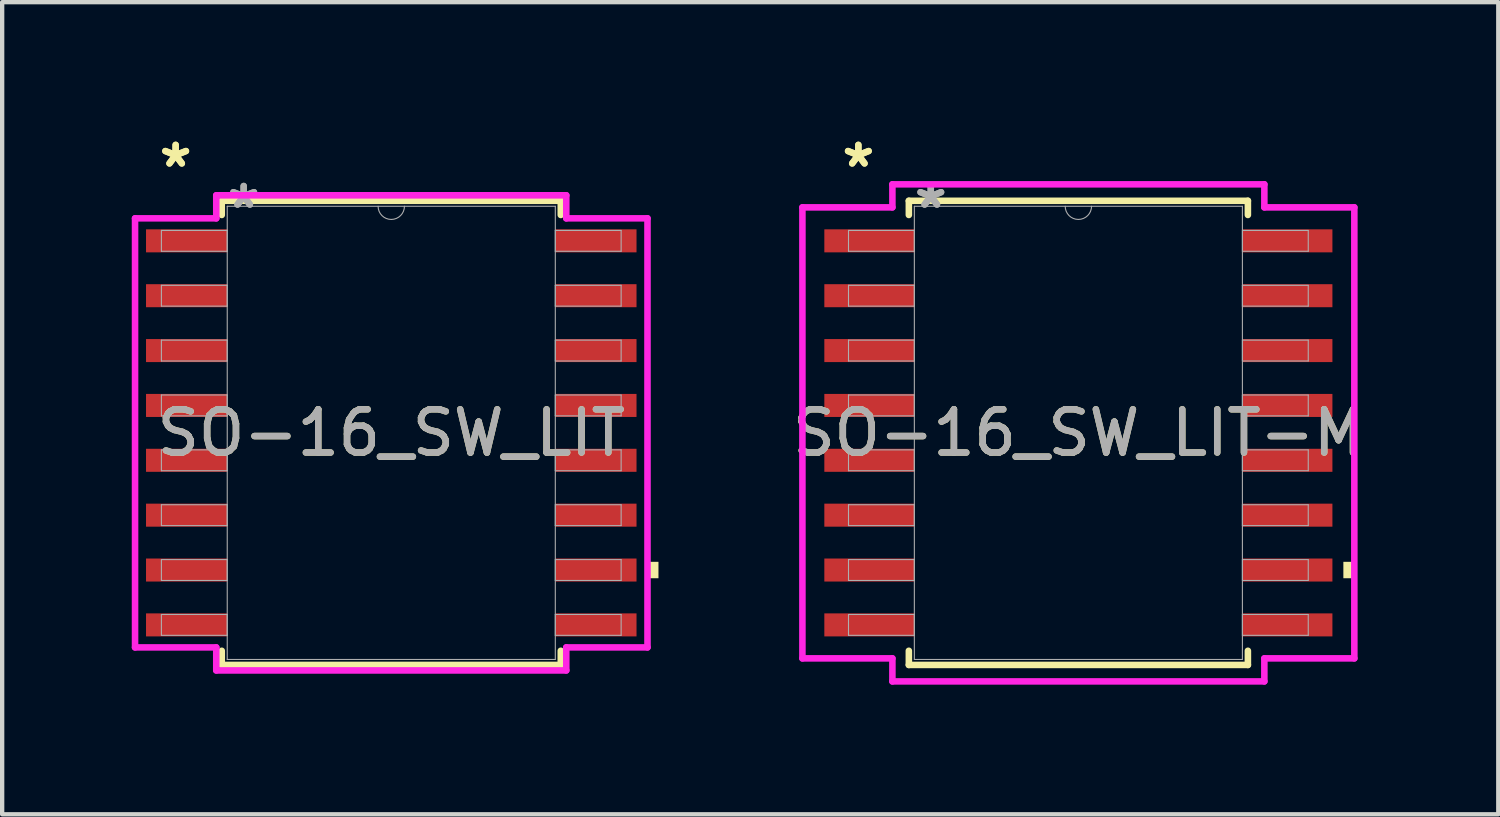
<source format=kicad_pcb>
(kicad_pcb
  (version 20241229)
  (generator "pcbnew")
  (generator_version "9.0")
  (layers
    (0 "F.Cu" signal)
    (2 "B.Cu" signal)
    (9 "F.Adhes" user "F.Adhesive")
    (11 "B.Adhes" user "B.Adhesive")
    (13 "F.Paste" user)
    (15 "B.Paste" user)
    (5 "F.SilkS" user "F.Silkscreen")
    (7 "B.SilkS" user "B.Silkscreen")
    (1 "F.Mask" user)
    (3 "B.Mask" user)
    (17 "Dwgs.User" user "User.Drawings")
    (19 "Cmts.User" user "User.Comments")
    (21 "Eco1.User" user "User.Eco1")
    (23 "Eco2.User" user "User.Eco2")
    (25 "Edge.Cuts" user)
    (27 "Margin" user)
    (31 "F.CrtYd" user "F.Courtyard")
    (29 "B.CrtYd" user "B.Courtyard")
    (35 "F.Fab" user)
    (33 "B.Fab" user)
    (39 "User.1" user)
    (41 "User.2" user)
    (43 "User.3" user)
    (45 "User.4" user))
  (footprint "SO-16_SW_LIT-M"
    (layer "F.Cu")
    (at 21.912 6.97)
    (property "Reference" "SO-16_SW_LIT-M" (at 0 0 0) (unlocked yes) (layer "F.SilkS") (effects (font (size 1 1) (thickness 0.15))))
    (attr smd)
    (fp_line (start -3.924 -5.372) (end -3.924 -5.044) (stroke (width 0.152) (type solid)) (layer "F.SilkS"))
    (fp_line (start -3.924 5.044) (end -3.924 5.372) (stroke (width 0.152) (type solid)) (layer "F.SilkS"))
    (fp_line (start -3.924 5.372) (end 3.924 5.372) (stroke (width 0.152) (type solid)) (layer "F.SilkS"))
    (fp_line (start 3.924 -5.372) (end -3.924 -5.372) (stroke (width 0.152) (type solid)) (layer "F.SilkS"))
    (fp_line (start 3.924 -5.044) (end 3.924 -5.372) (stroke (width 0.152) (type solid)) (layer "F.SilkS"))
    (fp_line (start 3.924 5.372) (end 3.924 5.044) (stroke (width 0.152) (type solid)) (layer "F.SilkS"))
    (fp_poly (pts (xy 6.388 2.985) (xy 6.388 3.365) (xy 6.134 3.365) (xy 6.134 2.985)) (stroke (width 0) (type solid)) (fill yes) (layer "F.SilkS"))
    (fp_line (start -6.388 -5.22) (end -4.305 -5.22) (stroke (width 0.152) (type solid)) (layer "F.CrtYd"))
    (fp_line (start -6.388 5.22) (end -6.388 -5.22) (stroke (width 0.152) (type solid)) (layer "F.CrtYd"))
    (fp_line (start -6.388 5.22) (end -4.305 5.22) (stroke (width 0.152) (type solid)) (layer "F.CrtYd"))
    (fp_line (start -4.305 -5.753) (end 4.305 -5.753) (stroke (width 0.152) (type solid)) (layer "F.CrtYd"))
    (fp_line (start -4.305 -5.22) (end -4.305 -5.753) (stroke (width 0.152) (type solid)) (layer "F.CrtYd"))
    (fp_line (start -4.305 5.753) (end -4.305 5.22) (stroke (width 0.152) (type solid)) (layer "F.CrtYd"))
    (fp_line (start 4.305 -5.753) (end 4.305 -5.22) (stroke (width 0.152) (type solid)) (layer "F.CrtYd"))
    (fp_line (start 4.305 5.22) (end 4.305 5.753) (stroke (width 0.152) (type solid)) (layer "F.CrtYd"))
    (fp_line (start 4.305 5.753) (end -4.305 5.753) (stroke (width 0.152) (type solid)) (layer "F.CrtYd"))
    (fp_line (start 6.388 -5.22) (end 4.305 -5.22) (stroke (width 0.152) (type solid)) (layer "F.CrtYd"))
    (fp_line (start 6.388 -5.22) (end 6.388 5.22) (stroke (width 0.152) (type solid)) (layer "F.CrtYd"))
    (fp_line (start 6.388 5.22) (end 4.305 5.22) (stroke (width 0.152) (type solid)) (layer "F.CrtYd"))
    (fp_line (start -5.321 -4.686) (end -5.321 -4.204) (stroke (width 0.025) (type solid)) (layer "F.Fab"))
    (fp_line (start -5.321 -4.204) (end -3.797 -4.204) (stroke (width 0.025) (type solid)) (layer "F.Fab"))
    (fp_line (start -5.321 -3.416) (end -5.321 -2.934) (stroke (width 0.025) (type solid)) (layer "F.Fab"))
    (fp_line (start -5.321 -2.934) (end -3.797 -2.934) (stroke (width 0.025) (type solid)) (layer "F.Fab"))
    (fp_line (start -5.321 -2.146) (end -5.321 -1.664) (stroke (width 0.025) (type solid)) (layer "F.Fab"))
    (fp_line (start -5.321 -1.664) (end -3.797 -1.664) (stroke (width 0.025) (type solid)) (layer "F.Fab"))
    (fp_line (start -5.321 -0.876) (end -5.321 -0.394) (stroke (width 0.025) (type solid)) (layer "F.Fab"))
    (fp_line (start -5.321 -0.394) (end -3.797 -0.394) (stroke (width 0.025) (type solid)) (layer "F.Fab"))
    (fp_line (start -5.321 0.394) (end -5.321 0.876) (stroke (width 0.025) (type solid)) (layer "F.Fab"))
    (fp_line (start -5.321 0.876) (end -3.797 0.876) (stroke (width 0.025) (type solid)) (layer "F.Fab"))
    (fp_line (start -5.321 1.664) (end -5.321 2.146) (stroke (width 0.025) (type solid)) (layer "F.Fab"))
    (fp_line (start -5.321 2.146) (end -3.797 2.146) (stroke (width 0.025) (type solid)) (layer "F.Fab"))
    (fp_line (start -5.321 2.934) (end -5.321 3.416) (stroke (width 0.025) (type solid)) (layer "F.Fab"))
    (fp_line (start -5.321 3.416) (end -3.797 3.416) (stroke (width 0.025) (type solid)) (layer "F.Fab"))
    (fp_line (start -5.321 4.204) (end -5.321 4.686) (stroke (width 0.025) (type solid)) (layer "F.Fab"))
    (fp_line (start -5.321 4.686) (end -3.797 4.686) (stroke (width 0.025) (type solid)) (layer "F.Fab"))
    (fp_line (start -3.797 -5.245) (end -3.797 5.245) (stroke (width 0.025) (type solid)) (layer "F.Fab"))
    (fp_line (start -3.797 -4.686) (end -5.321 -4.686) (stroke (width 0.025) (type solid)) (layer "F.Fab"))
    (fp_line (start -3.797 -4.204) (end -3.797 -4.686) (stroke (width 0.025) (type solid)) (layer "F.Fab"))
    (fp_line (start -3.797 -3.416) (end -5.321 -3.416) (stroke (width 0.025) (type solid)) (layer "F.Fab"))
    (fp_line (start -3.797 -2.934) (end -3.797 -3.416) (stroke (width 0.025) (type solid)) (layer "F.Fab"))
    (fp_line (start -3.797 -2.146) (end -5.321 -2.146) (stroke (width 0.025) (type solid)) (layer "F.Fab"))
    (fp_line (start -3.797 -1.664) (end -3.797 -2.146) (stroke (width 0.025) (type solid)) (layer "F.Fab"))
    (fp_line (start -3.797 -0.876) (end -5.321 -0.876) (stroke (width 0.025) (type solid)) (layer "F.Fab"))
    (fp_line (start -3.797 -0.394) (end -3.797 -0.876) (stroke (width 0.025) (type solid)) (layer "F.Fab"))
    (fp_line (start -3.797 0.394) (end -5.321 0.394) (stroke (width 0.025) (type solid)) (layer "F.Fab"))
    (fp_line (start -3.797 0.876) (end -3.797 0.394) (stroke (width 0.025) (type solid)) (layer "F.Fab"))
    (fp_line (start -3.797 1.664) (end -5.321 1.664) (stroke (width 0.025) (type solid)) (layer "F.Fab"))
    (fp_line (start -3.797 2.146) (end -3.797 1.664) (stroke (width 0.025) (type solid)) (layer "F.Fab"))
    (fp_line (start -3.797 2.934) (end -5.321 2.934) (stroke (width 0.025) (type solid)) (layer "F.Fab"))
    (fp_line (start -3.797 3.416) (end -3.797 2.934) (stroke (width 0.025) (type solid)) (layer "F.Fab"))
    (fp_line (start -3.797 4.204) (end -5.321 4.204) (stroke (width 0.025) (type solid)) (layer "F.Fab"))
    (fp_line (start -3.797 4.686) (end -3.797 4.204) (stroke (width 0.025) (type solid)) (layer "F.Fab"))
    (fp_line (start -3.797 5.245) (end 3.797 5.245) (stroke (width 0.025) (type solid)) (layer "F.Fab"))
    (fp_line (start 3.797 -5.245) (end -3.797 -5.245) (stroke (width 0.025) (type solid)) (layer "F.Fab"))
    (fp_line (start 3.797 -4.686) (end 3.797 -4.204) (stroke (width 0.025) (type solid)) (layer "F.Fab"))
    (fp_line (start 3.797 -4.204) (end 5.321 -4.204) (stroke (width 0.025) (type solid)) (layer "F.Fab"))
    (fp_line (start 3.797 -3.416) (end 3.797 -2.934) (stroke (width 0.025) (type solid)) (layer "F.Fab"))
    (fp_line (start 3.797 -2.934) (end 5.321 -2.934) (stroke (width 0.025) (type solid)) (layer "F.Fab"))
    (fp_line (start 3.797 -2.146) (end 3.797 -1.664) (stroke (width 0.025) (type solid)) (layer "F.Fab"))
    (fp_line (start 3.797 -1.664) (end 5.321 -1.664) (stroke (width 0.025) (type solid)) (layer "F.Fab"))
    (fp_line (start 3.797 -0.876) (end 3.797 -0.394) (stroke (width 0.025) (type solid)) (layer "F.Fab"))
    (fp_line (start 3.797 -0.394) (end 5.321 -0.394) (stroke (width 0.025) (type solid)) (layer "F.Fab"))
    (fp_line (start 3.797 0.394) (end 3.797 0.876) (stroke (width 0.025) (type solid)) (layer "F.Fab"))
    (fp_line (start 3.797 0.876) (end 5.321 0.876) (stroke (width 0.025) (type solid)) (layer "F.Fab"))
    (fp_line (start 3.797 1.664) (end 3.797 2.146) (stroke (width 0.025) (type solid)) (layer "F.Fab"))
    (fp_line (start 3.797 2.146) (end 5.321 2.146) (stroke (width 0.025) (type solid)) (layer "F.Fab"))
    (fp_line (start 3.797 2.934) (end 3.797 3.416) (stroke (width 0.025) (type solid)) (layer "F.Fab"))
    (fp_line (start 3.797 3.416) (end 5.321 3.416) (stroke (width 0.025) (type solid)) (layer "F.Fab"))
    (fp_line (start 3.797 4.204) (end 3.797 4.686) (stroke (width 0.025) (type solid)) (layer "F.Fab"))
    (fp_line (start 3.797 4.686) (end 5.321 4.686) (stroke (width 0.025) (type solid)) (layer "F.Fab"))
    (fp_line (start 3.797 5.245) (end 3.797 -5.245) (stroke (width 0.025) (type solid)) (layer "F.Fab"))
    (fp_line (start 5.321 -4.686) (end 3.797 -4.686) (stroke (width 0.025) (type solid)) (layer "F.Fab"))
    (fp_line (start 5.321 -4.204) (end 5.321 -4.686) (stroke (width 0.025) (type solid)) (layer "F.Fab"))
    (fp_line (start 5.321 -3.416) (end 3.797 -3.416) (stroke (width 0.025) (type solid)) (layer "F.Fab"))
    (fp_line (start 5.321 -2.934) (end 5.321 -3.416) (stroke (width 0.025) (type solid)) (layer "F.Fab"))
    (fp_line (start 5.321 -2.146) (end 3.797 -2.146) (stroke (width 0.025) (type solid)) (layer "F.Fab"))
    (fp_line (start 5.321 -1.664) (end 5.321 -2.146) (stroke (width 0.025) (type solid)) (layer "F.Fab"))
    (fp_line (start 5.321 -0.876) (end 3.797 -0.876) (stroke (width 0.025) (type solid)) (layer "F.Fab"))
    (fp_line (start 5.321 -0.394) (end 5.321 -0.876) (stroke (width 0.025) (type solid)) (layer "F.Fab"))
    (fp_line (start 5.321 0.394) (end 3.797 0.394) (stroke (width 0.025) (type solid)) (layer "F.Fab"))
    (fp_line (start 5.321 0.876) (end 5.321 0.394) (stroke (width 0.025) (type solid)) (layer "F.Fab"))
    (fp_line (start 5.321 1.664) (end 3.797 1.664) (stroke (width 0.025) (type solid)) (layer "F.Fab"))
    (fp_line (start 5.321 2.146) (end 5.321 1.664) (stroke (width 0.025) (type solid)) (layer "F.Fab"))
    (fp_line (start 5.321 2.934) (end 3.797 2.934) (stroke (width 0.025) (type solid)) (layer "F.Fab"))
    (fp_line (start 5.321 3.416) (end 5.321 2.934) (stroke (width 0.025) (type solid)) (layer "F.Fab"))
    (fp_line (start 5.321 4.204) (end 3.797 4.204) (stroke (width 0.025) (type solid)) (layer "F.Fab"))
    (fp_line (start 5.321 4.686) (end 5.321 4.204) (stroke (width 0.025) (type solid)) (layer "F.Fab"))
    (fp_arc (start 0.3048 -5.2451) (mid 0 -4.9403) (end -0.3048 -5.2451) (stroke (width 0.0254) (type solid)) (layer "F.Fab"))
    (fp_text user "*" (at -5.093 -6.121 0) (layer "F.SilkS") (effects (font (size 1 1) (thickness 0.15))))
    (fp_text user "*" (at -5.093 -6.121 0) (unlocked yes) (layer "F.SilkS") (effects (font (size 1 1) (thickness 0.15))))
    (fp_text user "*" (at -3.416 -5.169 0) (layer "F.Fab") (effects (font (size 1 1) (thickness 0.15))))
    (fp_text user "${REFERENCE}" (at 0 0 0) (unlocked yes) (layer "F.Fab") (effects (font (size 1 1) (thickness 0.15))))
    (fp_text user "*" (at -3.416 -5.169 0) (unlocked yes) (layer "F.Fab") (effects (font (size 1 1) (thickness 0.15))))
    (pad "1" smd rect (at -4.839 -4.445) (size 2.083 0.533) (layers "F.Cu" "F.Mask" "F.Paste"))
    (pad "2" smd rect (at -4.839 -3.175) (size 2.083 0.533) (layers "F.Cu" "F.Mask" "F.Paste"))
    (pad "3" smd rect (at -4.839 -1.905) (size 2.083 0.533) (layers "F.Cu" "F.Mask" "F.Paste"))
    (pad "4" smd rect (at -4.839 -0.635) (size 2.083 0.533) (layers "F.Cu" "F.Mask" "F.Paste"))
    (pad "5" smd rect (at -4.839 0.635) (size 2.083 0.533) (layers "F.Cu" "F.Mask" "F.Paste"))
    (pad "6" smd rect (at -4.839 1.905) (size 2.083 0.533) (layers "F.Cu" "F.Mask" "F.Paste"))
    (pad "7" smd rect (at -4.839 3.175) (size 2.083 0.533) (layers "F.Cu" "F.Mask" "F.Paste"))
    (pad "8" smd rect (at -4.839 4.445) (size 2.083 0.533) (layers "F.Cu" "F.Mask" "F.Paste"))
    (pad "9" smd rect (at 4.839 4.445) (size 2.083 0.533) (layers "F.Cu" "F.Mask" "F.Paste"))
    (pad "10" smd rect (at 4.839 3.175) (size 2.083 0.533) (layers "F.Cu" "F.Mask" "F.Paste"))
    (pad "11" smd rect (at 4.839 1.905) (size 2.083 0.533) (layers "F.Cu" "F.Mask" "F.Paste"))
    (pad "12" smd rect (at 4.839 0.635) (size 2.083 0.533) (layers "F.Cu" "F.Mask" "F.Paste"))
    (pad "13" smd rect (at 4.839 -0.635) (size 2.083 0.533) (layers "F.Cu" "F.Mask" "F.Paste"))
    (pad "14" smd rect (at 4.839 -1.905) (size 2.083 0.533) (layers "F.Cu" "F.Mask" "F.Paste"))
    (pad "15" smd rect (at 4.839 -3.175) (size 2.083 0.533) (layers "F.Cu" "F.Mask" "F.Paste"))
    (pad "16" smd rect (at 4.839 -4.445) (size 2.083 0.533) (layers "F.Cu" "F.Mask" "F.Paste")))
  (footprint "SO-16_SW_LIT"
    (layer "F.Cu")
    (at 6.007 6.97)
    (property "Reference" "SO-16_SW_LIT" (at 0 0 0) (unlocked yes) (layer "F.SilkS") (effects (font (size 1 1) (thickness 0.15))))
    (attr smd)
    (fp_line (start -3.924 -5.372) (end -3.924 -5.044) (stroke (width 0.152) (type solid)) (layer "F.SilkS"))
    (fp_line (start -3.924 5.044) (end -3.924 5.372) (stroke (width 0.152) (type solid)) (layer "F.SilkS"))
    (fp_line (start -3.924 5.372) (end 3.924 5.372) (stroke (width 0.152) (type solid)) (layer "F.SilkS"))
    (fp_line (start 3.924 -5.372) (end -3.924 -5.372) (stroke (width 0.152) (type solid)) (layer "F.SilkS"))
    (fp_line (start 3.924 -5.044) (end 3.924 -5.372) (stroke (width 0.152) (type solid)) (layer "F.SilkS"))
    (fp_line (start 3.924 5.372) (end 3.924 5.044) (stroke (width 0.152) (type solid)) (layer "F.SilkS"))
    (fp_poly (pts (xy 6.185 2.985) (xy 6.185 3.365) (xy 5.931 3.365) (xy 5.931 2.985)) (stroke (width 0) (type solid)) (fill yes) (layer "F.SilkS"))
    (fp_line (start -5.931 -4.966) (end -4.051 -4.966) (stroke (width 0.152) (type solid)) (layer "F.CrtYd"))
    (fp_line (start -5.931 4.966) (end -5.931 -4.966) (stroke (width 0.152) (type solid)) (layer "F.CrtYd"))
    (fp_line (start -5.931 4.966) (end -4.051 4.966) (stroke (width 0.152) (type solid)) (layer "F.CrtYd"))
    (fp_line (start -4.051 -5.499) (end 4.051 -5.499) (stroke (width 0.152) (type solid)) (layer "F.CrtYd"))
    (fp_line (start -4.051 -4.966) (end -4.051 -5.499) (stroke (width 0.152) (type solid)) (layer "F.CrtYd"))
    (fp_line (start -4.051 5.499) (end -4.051 4.966) (stroke (width 0.152) (type solid)) (layer "F.CrtYd"))
    (fp_line (start 4.051 -5.499) (end 4.051 -4.966) (stroke (width 0.152) (type solid)) (layer "F.CrtYd"))
    (fp_line (start 4.051 4.966) (end 4.051 5.499) (stroke (width 0.152) (type solid)) (layer "F.CrtYd"))
    (fp_line (start 4.051 5.499) (end -4.051 5.499) (stroke (width 0.152) (type solid)) (layer "F.CrtYd"))
    (fp_line (start 5.931 -4.966) (end 4.051 -4.966) (stroke (width 0.152) (type solid)) (layer "F.CrtYd"))
    (fp_line (start 5.931 -4.966) (end 5.931 4.966) (stroke (width 0.152) (type solid)) (layer "F.CrtYd"))
    (fp_line (start 5.931 4.966) (end 4.051 4.966) (stroke (width 0.152) (type solid)) (layer "F.CrtYd"))
    (fp_line (start -5.321 -4.686) (end -5.321 -4.204) (stroke (width 0.025) (type solid)) (layer "F.Fab"))
    (fp_line (start -5.321 -4.204) (end -3.797 -4.204) (stroke (width 0.025) (type solid)) (layer "F.Fab"))
    (fp_line (start -5.321 -3.416) (end -5.321 -2.934) (stroke (width 0.025) (type solid)) (layer "F.Fab"))
    (fp_line (start -5.321 -2.934) (end -3.797 -2.934) (stroke (width 0.025) (type solid)) (layer "F.Fab"))
    (fp_line (start -5.321 -2.146) (end -5.321 -1.664) (stroke (width 0.025) (type solid)) (layer "F.Fab"))
    (fp_line (start -5.321 -1.664) (end -3.797 -1.664) (stroke (width 0.025) (type solid)) (layer "F.Fab"))
    (fp_line (start -5.321 -0.876) (end -5.321 -0.394) (stroke (width 0.025) (type solid)) (layer "F.Fab"))
    (fp_line (start -5.321 -0.394) (end -3.797 -0.394) (stroke (width 0.025) (type solid)) (layer "F.Fab"))
    (fp_line (start -5.321 0.394) (end -5.321 0.876) (stroke (width 0.025) (type solid)) (layer "F.Fab"))
    (fp_line (start -5.321 0.876) (end -3.797 0.876) (stroke (width 0.025) (type solid)) (layer "F.Fab"))
    (fp_line (start -5.321 1.664) (end -5.321 2.146) (stroke (width 0.025) (type solid)) (layer "F.Fab"))
    (fp_line (start -5.321 2.146) (end -3.797 2.146) (stroke (width 0.025) (type solid)) (layer "F.Fab"))
    (fp_line (start -5.321 2.934) (end -5.321 3.416) (stroke (width 0.025) (type solid)) (layer "F.Fab"))
    (fp_line (start -5.321 3.416) (end -3.797 3.416) (stroke (width 0.025) (type solid)) (layer "F.Fab"))
    (fp_line (start -5.321 4.204) (end -5.321 4.686) (stroke (width 0.025) (type solid)) (layer "F.Fab"))
    (fp_line (start -5.321 4.686) (end -3.797 4.686) (stroke (width 0.025) (type solid)) (layer "F.Fab"))
    (fp_line (start -3.797 -5.245) (end -3.797 5.245) (stroke (width 0.025) (type solid)) (layer "F.Fab"))
    (fp_line (start -3.797 -4.686) (end -5.321 -4.686) (stroke (width 0.025) (type solid)) (layer "F.Fab"))
    (fp_line (start -3.797 -4.204) (end -3.797 -4.686) (stroke (width 0.025) (type solid)) (layer "F.Fab"))
    (fp_line (start -3.797 -3.416) (end -5.321 -3.416) (stroke (width 0.025) (type solid)) (layer "F.Fab"))
    (fp_line (start -3.797 -2.934) (end -3.797 -3.416) (stroke (width 0.025) (type solid)) (layer "F.Fab"))
    (fp_line (start -3.797 -2.146) (end -5.321 -2.146) (stroke (width 0.025) (type solid)) (layer "F.Fab"))
    (fp_line (start -3.797 -1.664) (end -3.797 -2.146) (stroke (width 0.025) (type solid)) (layer "F.Fab"))
    (fp_line (start -3.797 -0.876) (end -5.321 -0.876) (stroke (width 0.025) (type solid)) (layer "F.Fab"))
    (fp_line (start -3.797 -0.394) (end -3.797 -0.876) (stroke (width 0.025) (type solid)) (layer "F.Fab"))
    (fp_line (start -3.797 0.394) (end -5.321 0.394) (stroke (width 0.025) (type solid)) (layer "F.Fab"))
    (fp_line (start -3.797 0.876) (end -3.797 0.394) (stroke (width 0.025) (type solid)) (layer "F.Fab"))
    (fp_line (start -3.797 1.664) (end -5.321 1.664) (stroke (width 0.025) (type solid)) (layer "F.Fab"))
    (fp_line (start -3.797 2.146) (end -3.797 1.664) (stroke (width 0.025) (type solid)) (layer "F.Fab"))
    (fp_line (start -3.797 2.934) (end -5.321 2.934) (stroke (width 0.025) (type solid)) (layer "F.Fab"))
    (fp_line (start -3.797 3.416) (end -3.797 2.934) (stroke (width 0.025) (type solid)) (layer "F.Fab"))
    (fp_line (start -3.797 4.204) (end -5.321 4.204) (stroke (width 0.025) (type solid)) (layer "F.Fab"))
    (fp_line (start -3.797 4.686) (end -3.797 4.204) (stroke (width 0.025) (type solid)) (layer "F.Fab"))
    (fp_line (start -3.797 5.245) (end 3.797 5.245) (stroke (width 0.025) (type solid)) (layer "F.Fab"))
    (fp_line (start 3.797 -5.245) (end -3.797 -5.245) (stroke (width 0.025) (type solid)) (layer "F.Fab"))
    (fp_line (start 3.797 -4.686) (end 3.797 -4.204) (stroke (width 0.025) (type solid)) (layer "F.Fab"))
    (fp_line (start 3.797 -4.204) (end 5.321 -4.204) (stroke (width 0.025) (type solid)) (layer "F.Fab"))
    (fp_line (start 3.797 -3.416) (end 3.797 -2.934) (stroke (width 0.025) (type solid)) (layer "F.Fab"))
    (fp_line (start 3.797 -2.934) (end 5.321 -2.934) (stroke (width 0.025) (type solid)) (layer "F.Fab"))
    (fp_line (start 3.797 -2.146) (end 3.797 -1.664) (stroke (width 0.025) (type solid)) (layer "F.Fab"))
    (fp_line (start 3.797 -1.664) (end 5.321 -1.664) (stroke (width 0.025) (type solid)) (layer "F.Fab"))
    (fp_line (start 3.797 -0.876) (end 3.797 -0.394) (stroke (width 0.025) (type solid)) (layer "F.Fab"))
    (fp_line (start 3.797 -0.394) (end 5.321 -0.394) (stroke (width 0.025) (type solid)) (layer "F.Fab"))
    (fp_line (start 3.797 0.394) (end 3.797 0.876) (stroke (width 0.025) (type solid)) (layer "F.Fab"))
    (fp_line (start 3.797 0.876) (end 5.321 0.876) (stroke (width 0.025) (type solid)) (layer "F.Fab"))
    (fp_line (start 3.797 1.664) (end 3.797 2.146) (stroke (width 0.025) (type solid)) (layer "F.Fab"))
    (fp_line (start 3.797 2.146) (end 5.321 2.146) (stroke (width 0.025) (type solid)) (layer "F.Fab"))
    (fp_line (start 3.797 2.934) (end 3.797 3.416) (stroke (width 0.025) (type solid)) (layer "F.Fab"))
    (fp_line (start 3.797 3.416) (end 5.321 3.416) (stroke (width 0.025) (type solid)) (layer "F.Fab"))
    (fp_line (start 3.797 4.204) (end 3.797 4.686) (stroke (width 0.025) (type solid)) (layer "F.Fab"))
    (fp_line (start 3.797 4.686) (end 5.321 4.686) (stroke (width 0.025) (type solid)) (layer "F.Fab"))
    (fp_line (start 3.797 5.245) (end 3.797 -5.245) (stroke (width 0.025) (type solid)) (layer "F.Fab"))
    (fp_line (start 5.321 -4.686) (end 3.797 -4.686) (stroke (width 0.025) (type solid)) (layer "F.Fab"))
    (fp_line (start 5.321 -4.204) (end 5.321 -4.686) (stroke (width 0.025) (type solid)) (layer "F.Fab"))
    (fp_line (start 5.321 -3.416) (end 3.797 -3.416) (stroke (width 0.025) (type solid)) (layer "F.Fab"))
    (fp_line (start 5.321 -2.934) (end 5.321 -3.416) (stroke (width 0.025) (type solid)) (layer "F.Fab"))
    (fp_line (start 5.321 -2.146) (end 3.797 -2.146) (stroke (width 0.025) (type solid)) (layer "F.Fab"))
    (fp_line (start 5.321 -1.664) (end 5.321 -2.146) (stroke (width 0.025) (type solid)) (layer "F.Fab"))
    (fp_line (start 5.321 -0.876) (end 3.797 -0.876) (stroke (width 0.025) (type solid)) (layer "F.Fab"))
    (fp_line (start 5.321 -0.394) (end 5.321 -0.876) (stroke (width 0.025) (type solid)) (layer "F.Fab"))
    (fp_line (start 5.321 0.394) (end 3.797 0.394) (stroke (width 0.025) (type solid)) (layer "F.Fab"))
    (fp_line (start 5.321 0.876) (end 5.321 0.394) (stroke (width 0.025) (type solid)) (layer "F.Fab"))
    (fp_line (start 5.321 1.664) (end 3.797 1.664) (stroke (width 0.025) (type solid)) (layer "F.Fab"))
    (fp_line (start 5.321 2.146) (end 5.321 1.664) (stroke (width 0.025) (type solid)) (layer "F.Fab"))
    (fp_line (start 5.321 2.934) (end 3.797 2.934) (stroke (width 0.025) (type solid)) (layer "F.Fab"))
    (fp_line (start 5.321 3.416) (end 5.321 2.934) (stroke (width 0.025) (type solid)) (layer "F.Fab"))
    (fp_line (start 5.321 4.204) (end 3.797 4.204) (stroke (width 0.025) (type solid)) (layer "F.Fab"))
    (fp_line (start 5.321 4.686) (end 5.321 4.204) (stroke (width 0.025) (type solid)) (layer "F.Fab"))
    (fp_arc (start 0.3048 -5.2451) (mid 0 -4.9403) (end -0.3048 -5.2451) (stroke (width 0.0254) (type solid)) (layer "F.Fab"))
    (fp_text user "*" (at -4.991 -6.121 0) (layer "F.SilkS") (effects (font (size 1 1) (thickness 0.15))))
    (fp_text user "*" (at -4.991 -6.121 0) (unlocked yes) (layer "F.SilkS") (effects (font (size 1 1) (thickness 0.15))))
    (fp_text user "*" (at -3.416 -5.169 0) (layer "F.Fab") (effects (font (size 1 1) (thickness 0.15))))
    (fp_text user "*" (at -3.416 -5.169 0) (unlocked yes) (layer "F.Fab") (effects (font (size 1 1) (thickness 0.15))))
    (fp_text user "${REFERENCE}" (at 0 0 0) (unlocked yes) (layer "F.Fab") (effects (font (size 1 1) (thickness 0.15))))
    (pad "1" smd rect (at -4.737 -4.445) (size 1.88 0.533) (layers "F.Cu" "F.Mask" "F.Paste"))
    (pad "2" smd rect (at -4.737 -3.175) (size 1.88 0.533) (layers "F.Cu" "F.Mask" "F.Paste"))
    (pad "3" smd rect (at -4.737 -1.905) (size 1.88 0.533) (layers "F.Cu" "F.Mask" "F.Paste"))
    (pad "4" smd rect (at -4.737 -0.635) (size 1.88 0.533) (layers "F.Cu" "F.Mask" "F.Paste"))
    (pad "5" smd rect (at -4.737 0.635) (size 1.88 0.533) (layers "F.Cu" "F.Mask" "F.Paste"))
    (pad "6" smd rect (at -4.737 1.905) (size 1.88 0.533) (layers "F.Cu" "F.Mask" "F.Paste"))
    (pad "7" smd rect (at -4.737 3.175) (size 1.88 0.533) (layers "F.Cu" "F.Mask" "F.Paste"))
    (pad "8" smd rect (at -4.737 4.445) (size 1.88 0.533) (layers "F.Cu" "F.Mask" "F.Paste"))
    (pad "9" smd rect (at 4.737 4.445) (size 1.88 0.533) (layers "F.Cu" "F.Mask" "F.Paste"))
    (pad "10" smd rect (at 4.737 3.175) (size 1.88 0.533) (layers "F.Cu" "F.Mask" "F.Paste"))
    (pad "11" smd rect (at 4.737 1.905) (size 1.88 0.533) (layers "F.Cu" "F.Mask" "F.Paste"))
    (pad "12" smd rect (at 4.737 0.635) (size 1.88 0.533) (layers "F.Cu" "F.Mask" "F.Paste"))
    (pad "13" smd rect (at 4.737 -0.635) (size 1.88 0.533) (layers "F.Cu" "F.Mask" "F.Paste"))
    (pad "14" smd rect (at 4.737 -1.905) (size 1.88 0.533) (layers "F.Cu" "F.Mask" "F.Paste"))
    (pad "15" smd rect (at 4.737 -3.175) (size 1.88 0.533) (layers "F.Cu" "F.Mask" "F.Paste"))
    (pad "16" smd rect (at 4.737 -4.445) (size 1.88 0.533) (layers "F.Cu" "F.Mask" "F.Paste")))
  (gr_rect
    (start -3 -3)
    (end 31.632 15.799)
    (stroke (width 0.1) (type default))
    (fill no)
    (layer "Edge.Cuts")))
</source>
